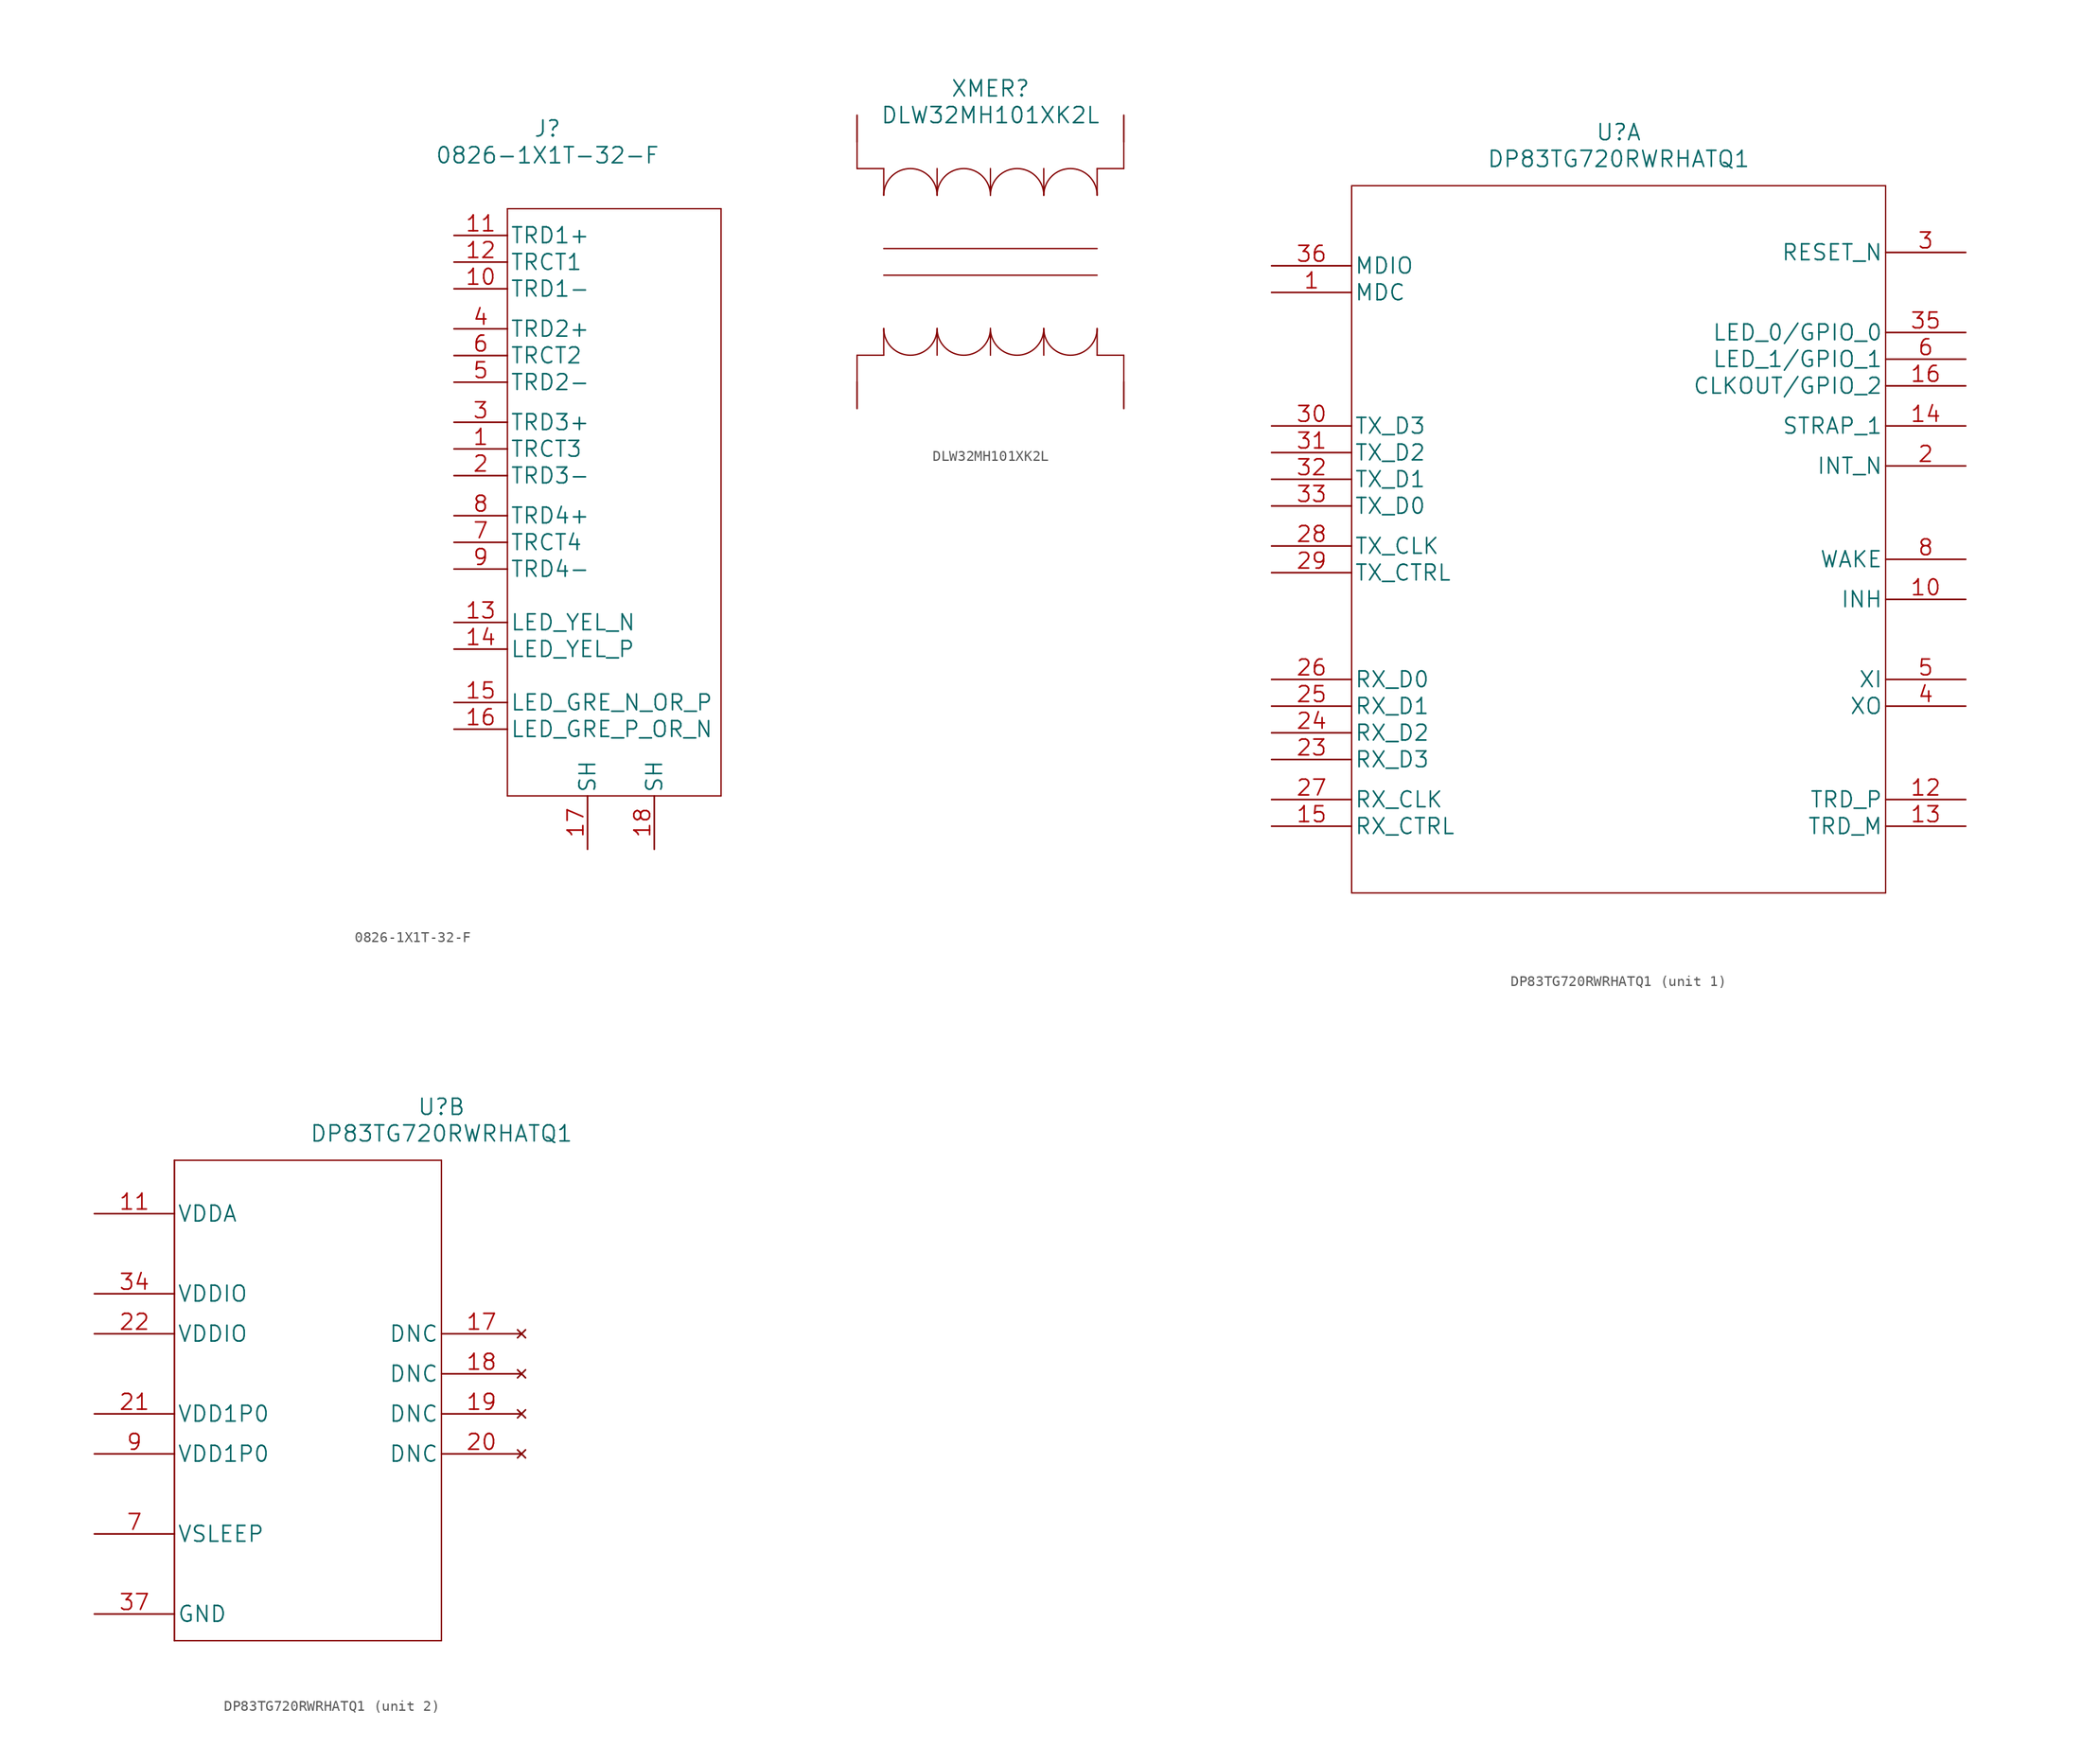
<source format=kicad_sym>
(kicad_symbol_lib
  (version 20220914)
  (generator kicad_symbol_editor)
  (symbol "0826-1X1T-32-F"
    (pin_names
      (offset 0.254))
    (property "Reference" "J"
      (at 8.89 10.16 0)
      (effects (font (size 1.524 1.524))))
    (property "Value" "0826-1X1T-32-F"
      (at 8.89 7.62 0)
      (effects (font (size 1.524 1.524))))
    (property "Datasheet" ""
      (at -33.02 0 0)
      (effects (font (size 1.524 1.524))))
    (symbol "0826-1X1T-32-F_1_1"
      (polyline (pts (xy 5.08 -53.34) (xy 25.4 -53.34)) (stroke (width 0.127) (type default)) (fill (type none)))
      (polyline (pts (xy 5.08 2.54) (xy 5.08 -53.34)) (stroke (width 0.127) (type default)) (fill (type none)))
      (polyline (pts (xy 25.4 -53.34) (xy 25.4 2.54)) (stroke (width 0.127) (type default)) (fill (type none)))
      (polyline (pts (xy 25.4 2.54) (xy 5.08 2.54)) (stroke (width 0.127) (type default)) (fill (type none)))
      (pin bidirectional line (at 0 -20.32 0) (length 5.08) (name "TRCT3" (effects (font (size 1.499 1.499)))) (number "1" (effects (font (size 1.499 1.499)))))
      (pin bidirectional line (at 0 -5.08 0) (length 5.08) (name "TRD1-" (effects (font (size 1.499 1.499)))) (number "10" (effects (font (size 1.499 1.499)))))
      (pin bidirectional line (at 0 0 0) (length 5.08) (name "TRD1+" (effects (font (size 1.499 1.499)))) (number "11" (effects (font (size 1.499 1.499)))))
      (pin bidirectional line (at 0 -2.54 0) (length 5.08) (name "TRCT1" (effects (font (size 1.499 1.499)))) (number "12" (effects (font (size 1.499 1.499)))))
      (pin input line (at 0 -36.83 0) (length 5.08) (name "LED_YEL_N" (effects (font (size 1.499 1.499)))) (number "13" (effects (font (size 1.499 1.499)))))
      (pin input line (at 0 -39.37 0) (length 5.08) (name "LED_YEL_P" (effects (font (size 1.499 1.499)))) (number "14" (effects (font (size 1.499 1.499)))))
      (pin input line (at 0 -44.45 0) (length 5.08) (name "LED_GRE_N_OR_P" (effects (font (size 1.499 1.499)))) (number "15" (effects (font (size 1.499 1.499)))))
      (pin input line (at 0 -46.99 0) (length 5.08) (name "LED_GRE_P_OR_N" (effects (font (size 1.499 1.499)))) (number "16" (effects (font (size 1.499 1.499)))))
      (pin passive line (at 12.7 -58.42 90) (length 5.08) (name "SH" (effects (font (size 1.499 1.499)))) (number "17" (effects (font (size 1.499 1.499)))))
      (pin passive line (at 19.05 -58.42 90) (length 5.08) (name "SH" (effects (font (size 1.499 1.499)))) (number "18" (effects (font (size 1.499 1.499)))))
      (pin bidirectional line (at 0 -22.86 0) (length 5.08) (name "TRD3-" (effects (font (size 1.499 1.499)))) (number "2" (effects (font (size 1.499 1.499)))))
      (pin bidirectional line (at 0 -17.78 0) (length 5.08) (name "TRD3+" (effects (font (size 1.499 1.499)))) (number "3" (effects (font (size 1.499 1.499)))))
      (pin bidirectional line (at 0 -8.89 0) (length 5.08) (name "TRD2+" (effects (font (size 1.499 1.499)))) (number "4" (effects (font (size 1.499 1.499)))))
      (pin bidirectional line (at 0 -13.97 0) (length 5.08) (name "TRD2-" (effects (font (size 1.499 1.499)))) (number "5" (effects (font (size 1.499 1.499)))))
      (pin bidirectional line (at 0 -11.43 0) (length 5.08) (name "TRCT2" (effects (font (size 1.499 1.499)))) (number "6" (effects (font (size 1.499 1.499)))))
      (pin bidirectional line (at 0 -29.21 0) (length 5.08) (name "TRCT4" (effects (font (size 1.499 1.499)))) (number "7" (effects (font (size 1.499 1.499)))))
      (pin bidirectional line (at 0 -26.67 0) (length 5.08) (name "TRD4+" (effects (font (size 1.499 1.499)))) (number "8" (effects (font (size 1.499 1.499)))))
      (pin bidirectional line (at 0 -31.75 0) (length 5.08) (name "TRD4-" (effects (font (size 1.499 1.499)))) (number "9" (effects (font (size 1.499 1.499)))))))
  (symbol "DLW32MH101XK2L"
    (pin_numbers hide)
    (pin_names
      (offset 0) hide)
    (property "Reference" "XMER"
      (at 12.7 2.54 0)
      (effects (font (size 1.524 1.524))))
    (property "Value" "DLW32MH101XK2L"
      (at 12.7 0 0)
      (effects (font (size 1.524 1.524))))
    (property "Datasheet" ""
      (at 0 0 0)
      (effects (font (size 1.524 1.524))))
    (property "ki_locked" ""
      (at 0 0 0)
      (effects (font (size 1.27 1.27))))
    (symbol "DLW32MH101XK2L_1_1"
      (polyline (pts (xy 0 -22.86) (xy 0 -25.4)) (stroke (width 0.127) (type solid)) (fill (type none)))
      (polyline (pts (xy 0 -2.54) (xy 0 -5.08)) (stroke (width 0.127) (type solid)) (fill (type none)))
      (polyline (pts (xy 2.54 -22.86) (xy 0 -22.86)) (stroke (width 0.127) (type solid)) (fill (type none)))
      (polyline (pts (xy 2.54 -20.32) (xy 2.54 -22.86)) (stroke (width 0.127) (type solid)) (fill (type none)))
      (polyline (pts (xy 2.54 -15.24) (xy 22.86 -15.24)) (stroke (width 0.127) (type solid)) (fill (type none)))
      (polyline (pts (xy 2.54 -12.7) (xy 22.86 -12.7)) (stroke (width 0.127) (type solid)) (fill (type none)))
      (polyline (pts (xy 2.54 -7.62) (xy 2.54 -5.08)) (stroke (width 0.127) (type solid)) (fill (type none)))
      (polyline (pts (xy 2.54 -5.08) (xy 0 -5.08)) (stroke (width 0.127) (type solid)) (fill (type none)))
      (polyline (pts (xy 7.62 -20.32) (xy 7.62 -22.86)) (stroke (width 0.127) (type solid)) (fill (type none)))
      (polyline (pts (xy 7.62 -7.62) (xy 7.62 -5.08)) (stroke (width 0.127) (type solid)) (fill (type none)))
      (polyline (pts (xy 12.7 -20.32) (xy 12.7 -22.86)) (stroke (width 0.127) (type solid)) (fill (type none)))
      (polyline (pts (xy 12.7 -7.62) (xy 12.7 -5.08)) (stroke (width 0.127) (type solid)) (fill (type none)))
      (polyline (pts (xy 17.78 -20.32) (xy 17.78 -22.86)) (stroke (width 0.127) (type solid)) (fill (type none)))
      (polyline (pts (xy 17.78 -7.62) (xy 17.78 -5.08)) (stroke (width 0.127) (type solid)) (fill (type none)))
      (polyline (pts (xy 22.86 -22.86) (xy 25.4 -22.86)) (stroke (width 0.127) (type solid)) (fill (type none)))
      (polyline (pts (xy 22.86 -20.32) (xy 22.86 -22.86)) (stroke (width 0.127) (type solid)) (fill (type none)))
      (polyline (pts (xy 22.86 -7.62) (xy 22.86 -5.08)) (stroke (width 0.127) (type solid)) (fill (type none)))
      (polyline (pts (xy 22.86 -5.08) (xy 25.4 -5.08)) (stroke (width 0.127) (type solid)) (fill (type none)))
      (polyline (pts (xy 25.4 -25.4) (xy 25.4 -22.86)) (stroke (width 0.127) (type solid)) (fill (type none)))
      (polyline (pts (xy 25.4 -2.54) (xy 25.4 -5.08)) (stroke (width 0.127) (type solid)) (fill (type none)))
      (arc (start 2.54 -20.32) (mid 5.08 -22.849) (end 7.62 -20.32) (stroke (width 0.127) (type solid)) (fill (type none)))
      (arc (start 7.62 -20.32) (mid 10.16 -22.849) (end 12.7 -20.32) (stroke (width 0.127) (type solid)) (fill (type none)))
      (arc (start 7.62 -7.62) (mid 5.08 -5.091) (end 2.54 -7.62) (stroke (width 0.127) (type solid)) (fill (type none)))
      (arc (start 12.7 -20.32) (mid 15.24 -22.849) (end 17.78 -20.32) (stroke (width 0.127) (type solid)) (fill (type none)))
      (arc (start 12.7 -7.62) (mid 10.16 -5.091) (end 7.62 -7.62) (stroke (width 0.127) (type solid)) (fill (type none)))
      (arc (start 17.78 -20.32) (mid 20.32 -22.849) (end 22.86 -20.32) (stroke (width 0.127) (type solid)) (fill (type none)))
      (arc (start 17.78 -7.62) (mid 15.24 -5.091) (end 12.7 -7.62) (stroke (width 0.127) (type solid)) (fill (type none)))
      (arc (start 22.86 -7.62) (mid 20.32 -5.091) (end 17.78 -7.62) (stroke (width 0.127) (type solid)) (fill (type none)))
      (pin unspecified line (at 0 0 270) (length 2.54) (name "1" (effects (font (size 1.499 1.499)))) (number "1" (effects (font (size 1.499 1.499)))))
      (pin unspecified line (at 25.4 0 270) (length 2.54) (name "2" (effects (font (size 1.499 1.499)))) (number "2" (effects (font (size 1.499 1.499)))))
      (pin unspecified line (at 25.4 -27.94 90) (length 2.54) (name "3" (effects (font (size 1.499 1.499)))) (number "3" (effects (font (size 1.499 1.499)))))
      (pin unspecified line (at 0 -27.94 90) (length 2.54) (name "4" (effects (font (size 1.499 1.499)))) (number "4" (effects (font (size 1.499 1.499)))))))
  (symbol "DP83TG720RWRHATQ1"
    (pin_names
      (offset 0.254))
    (property "Reference" "U"
      (at 33.02 10.16 0)
      (effects (font (size 1.524 1.524))))
    (property "Value" "DP83TG720RWRHATQ1"
      (at 33.02 7.62 0)
      (effects (font (size 1.524 1.524))))
    (property "Datasheet" ""
      (at 0 0 0)
      (effects (font (size 1.524 1.524))))
    (property "ki_locked" ""
      (at 0 0 0)
      (effects (font (size 1.27 1.27))))
    (symbol "DP83TG720RWRHATQ1_1_1"
      (polyline (pts (xy 7.62 -62.23) (xy 58.42 -62.23)) (stroke (width 0.127) (type default)) (fill (type none)))
      (polyline (pts (xy 7.62 5.08) (xy 7.62 -62.23)) (stroke (width 0.127) (type default)) (fill (type none)))
      (polyline (pts (xy 58.42 -62.23) (xy 58.42 5.08)) (stroke (width 0.127) (type default)) (fill (type none)))
      (polyline (pts (xy 58.42 5.08) (xy 7.62 5.08)) (stroke (width 0.127) (type default)) (fill (type none)))
      (pin input line (at 0 -5.08 0) (length 7.62) (name "MDC" (effects (font (size 1.499 1.499)))) (number "1" (effects (font (size 1.499 1.499)))))
      (pin output line (at 66.04 -34.29 180) (length 7.62) (name "INH" (effects (font (size 1.499 1.499)))) (number "10" (effects (font (size 1.499 1.499)))))
      (pin bidirectional line (at 66.04 -53.34 180) (length 7.62) (name "TRD_P" (effects (font (size 1.499 1.499)))) (number "12" (effects (font (size 1.499 1.499)))))
      (pin bidirectional line (at 66.04 -55.88 180) (length 7.62) (name "TRD_M" (effects (font (size 1.499 1.499)))) (number "13" (effects (font (size 1.499 1.499)))))
      (pin input line (at 66.04 -17.78 180) (length 7.62) (name "STRAP_1" (effects (font (size 1.499 1.499)))) (number "14" (effects (font (size 1.499 1.499)))))
      (pin output line (at 0 -55.88 0) (length 7.62) (name "RX_CTRL" (effects (font (size 1.499 1.499)))) (number "15" (effects (font (size 1.499 1.499)))))
      (pin bidirectional line (at 66.04 -13.97 180) (length 7.62) (name "CLKOUT/GPIO_2" (effects (font (size 1.499 1.499)))) (number "16" (effects (font (size 1.499 1.499)))))
      (pin output line (at 66.04 -21.59 180) (length 7.62) (name "INT_N" (effects (font (size 1.499 1.499)))) (number "2" (effects (font (size 1.499 1.499)))))
      (pin output line (at 0 -49.53 0) (length 7.62) (name "RX_D3" (effects (font (size 1.499 1.499)))) (number "23" (effects (font (size 1.499 1.499)))))
      (pin output line (at 0 -46.99 0) (length 7.62) (name "RX_D2" (effects (font (size 1.499 1.499)))) (number "24" (effects (font (size 1.499 1.499)))))
      (pin output line (at 0 -44.45 0) (length 7.62) (name "RX_D1" (effects (font (size 1.499 1.499)))) (number "25" (effects (font (size 1.499 1.499)))))
      (pin output line (at 0 -41.91 0) (length 7.62) (name "RX_D0" (effects (font (size 1.499 1.499)))) (number "26" (effects (font (size 1.499 1.499)))))
      (pin output line (at 0 -53.34 0) (length 7.62) (name "RX_CLK" (effects (font (size 1.499 1.499)))) (number "27" (effects (font (size 1.499 1.499)))))
      (pin input line (at 0 -29.21 0) (length 7.62) (name "TX_CLK" (effects (font (size 1.499 1.499)))) (number "28" (effects (font (size 1.499 1.499)))))
      (pin input line (at 0 -31.75 0) (length 7.62) (name "TX_CTRL" (effects (font (size 1.499 1.499)))) (number "29" (effects (font (size 1.499 1.499)))))
      (pin input line (at 66.04 -1.27 180) (length 7.62) (name "RESET_N" (effects (font (size 1.499 1.499)))) (number "3" (effects (font (size 1.499 1.499)))))
      (pin input line (at 0 -17.78 0) (length 7.62) (name "TX_D3" (effects (font (size 1.499 1.499)))) (number "30" (effects (font (size 1.499 1.499)))))
      (pin input line (at 0 -20.32 0) (length 7.62) (name "TX_D2" (effects (font (size 1.499 1.499)))) (number "31" (effects (font (size 1.499 1.499)))))
      (pin input line (at 0 -22.86 0) (length 7.62) (name "TX_D1" (effects (font (size 1.499 1.499)))) (number "32" (effects (font (size 1.499 1.499)))))
      (pin input line (at 0 -25.4 0) (length 7.62) (name "TX_D0" (effects (font (size 1.499 1.499)))) (number "33" (effects (font (size 1.499 1.499)))))
      (pin bidirectional line (at 66.04 -8.89 180) (length 7.62) (name "LED_0/GPIO_0" (effects (font (size 1.499 1.499)))) (number "35" (effects (font (size 1.499 1.499)))))
      (pin bidirectional line (at 0 -2.54 0) (length 7.62) (name "MDIO" (effects (font (size 1.499 1.499)))) (number "36" (effects (font (size 1.499 1.499)))))
      (pin output line (at 66.04 -44.45 180) (length 7.62) (name "XO" (effects (font (size 1.499 1.499)))) (number "4" (effects (font (size 1.499 1.499)))))
      (pin input line (at 66.04 -41.91 180) (length 7.62) (name "XI" (effects (font (size 1.499 1.499)))) (number "5" (effects (font (size 1.499 1.499)))))
      (pin bidirectional line (at 66.04 -11.43 180) (length 7.62) (name "LED_1/GPIO_1" (effects (font (size 1.499 1.499)))) (number "6" (effects (font (size 1.499 1.499)))))
      (pin input line (at 66.04 -30.48 180) (length 7.62) (name "WAKE" (effects (font (size 1.499 1.499)))) (number "8" (effects (font (size 1.499 1.499))))))
    (symbol "DP83TG720RWRHATQ1_2_1"
      (polyline (pts (xy 7.62 -40.64) (xy 33.02 -40.64)) (stroke (width 0.127) (type default)) (fill (type none)))
      (polyline (pts (xy 7.62 5.08) (xy 7.62 -40.64)) (stroke (width 0.152) (type default)) (fill (type none)))
      (polyline (pts (xy 33.02 -40.64) (xy 33.02 5.08)) (stroke (width 0.127) (type default)) (fill (type none)))
      (polyline (pts (xy 33.02 5.08) (xy 7.62 5.08)) (stroke (width 0.127) (type default)) (fill (type none)))
      (pin power_in line (at 0 0 0) (length 7.62) (name "VDDA" (effects (font (size 1.499 1.499)))) (number "11" (effects (font (size 1.499 1.499)))))
      (pin no_connect line (at 40.64 -11.43 180) (length 7.62) (name "DNC" (effects (font (size 1.499 1.499)))) (number "17" (effects (font (size 1.499 1.499)))))
      (pin no_connect line (at 40.64 -15.24 180) (length 7.62) (name "DNC" (effects (font (size 1.499 1.499)))) (number "18" (effects (font (size 1.499 1.499)))))
      (pin no_connect line (at 40.64 -19.05 180) (length 7.62) (name "DNC" (effects (font (size 1.499 1.499)))) (number "19" (effects (font (size 1.499 1.499)))))
      (pin no_connect line (at 40.64 -22.86 180) (length 7.62) (name "DNC" (effects (font (size 1.499 1.499)))) (number "20" (effects (font (size 1.499 1.499)))))
      (pin power_in line (at 0 -19.05 0) (length 7.62) (name "VDD1P0" (effects (font (size 1.499 1.499)))) (number "21" (effects (font (size 1.499 1.499)))))
      (pin power_in line (at 0 -11.43 0) (length 7.62) (name "VDDIO" (effects (font (size 1.499 1.499)))) (number "22" (effects (font (size 1.499 1.499)))))
      (pin power_in line (at 0 -7.62 0) (length 7.62) (name "VDDIO" (effects (font (size 1.499 1.499)))) (number "34" (effects (font (size 1.499 1.499)))))
      (pin power_in line (at 0 -38.1 0) (length 7.62) (name "GND" (effects (font (size 1.499 1.499)))) (number "37" (effects (font (size 1.499 1.499)))))
      (pin power_in line (at 0 -30.48 0) (length 7.62) (name "VSLEEP" (effects (font (size 1.499 1.499)))) (number "7" (effects (font (size 1.499 1.499)))))
      (pin power_in line (at 0 -22.86 0) (length 7.62) (name "VDD1P0" (effects (font (size 1.499 1.499)))) (number "9" (effects (font (size 1.499 1.499))))))))
</source>
